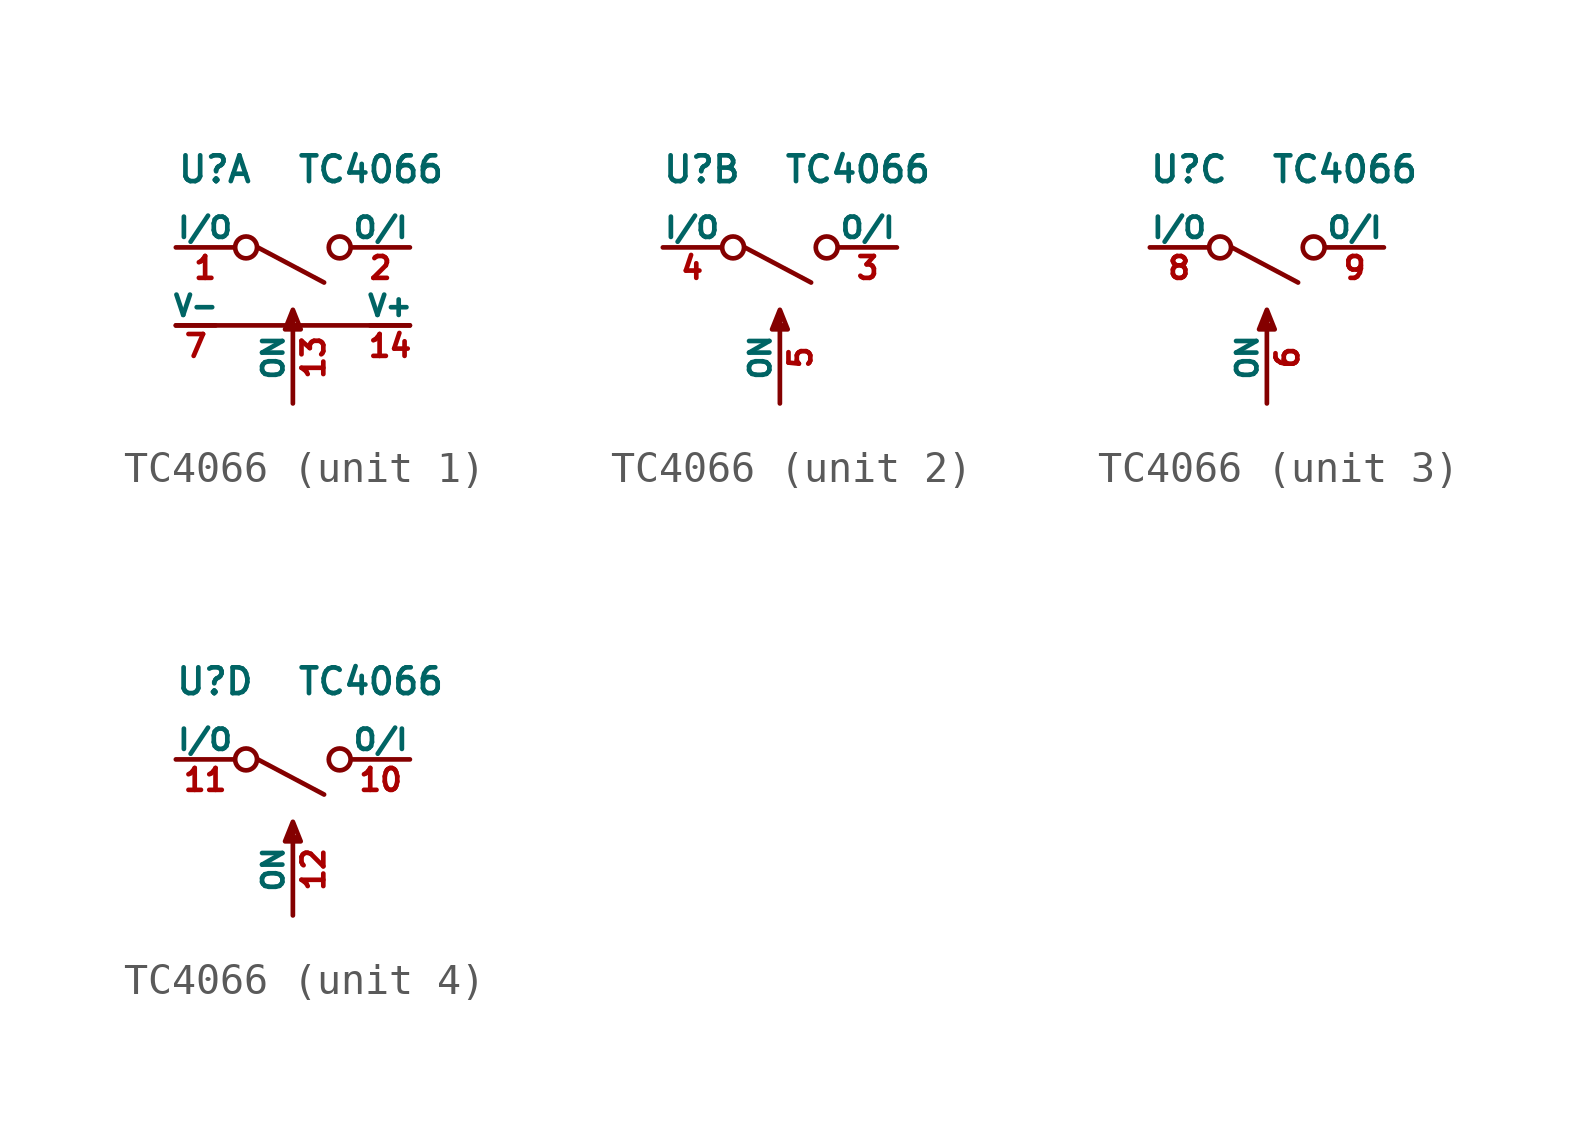
<source format=kicad_sym>
(kicad_symbol_lib
  (version 20220914)
  (generator kicad_symbol_editor)
  (symbol "TC4066"
    (pin_names
      (offset 0))
    (property "Reference" "U"
      (at -2.54 2.54 0)
      (effects (font (size 0.838 0.838))))
    (property "Value" "TC4066"
      (at 2.54 2.54 0)
      (effects (font (size 0.838 0.838))))
    (symbol "TC4066_0_1"
      (circle (center -1.524 0) (radius 0.356) (stroke (width 0) (type solid)) (fill (type none)))
      (polyline (pts (xy -1.143 0) (xy 1.016 -1.143)) (stroke (width 0) (type solid)) (fill (type none)))
      (polyline (pts (xy 0 -2.032) (xy -0.254 -2.667) (xy 0.254 -2.667) (xy 0 -2.032) (xy -0.127 -2.54) (xy 0.127 -2.54)) (stroke (width 0) (type solid)) (fill (type none)))
      (circle (center 1.524 0) (radius 0.356) (stroke (width 0) (type solid)) (fill (type none))))
    (symbol "TC4066_1_1"
      (polyline (pts (xy -3.81 -2.54) (xy 3.81 -2.54)) (stroke (width 0) (type solid)) (fill (type none)))
      (pin passive line (at -3.81 0 0) (length 1.905) (name "I/O" (effects (font (size 0.66 0.66)))) (number "1" (effects (font (size 0.711 0.711)))))
      (pin input line (at 0 -5.08 90) (length 2.997) (name "ON" (effects (font (size 0.66 0.66)))) (number "13" (effects (font (size 0.711 0.711)))))
      (pin power_in line (at 3.81 -2.54 180) (length 1.295) (name "V+" (effects (font (size 0.66 0.66)))) (number "14" (effects (font (size 0.711 0.711)))))
      (pin passive line (at 3.81 0 180) (length 1.905) (name "O/I" (effects (font (size 0.66 0.66)))) (number "2" (effects (font (size 0.711 0.711)))))
      (pin power_in line (at -3.81 -2.54 0) (length 1.295) (name "V-" (effects (font (size 0.66 0.66)))) (number "7" (effects (font (size 0.711 0.711))))))
    (symbol "TC4066_2_1"
      (pin passive line (at 3.81 0 180) (length 1.905) (name "O/I" (effects (font (size 0.66 0.66)))) (number "3" (effects (font (size 0.711 0.711)))))
      (pin passive line (at -3.81 0 0) (length 1.905) (name "I/O" (effects (font (size 0.66 0.66)))) (number "4" (effects (font (size 0.711 0.711)))))
      (pin input line (at 0 -5.08 90) (length 2.997) (name "ON" (effects (font (size 0.66 0.66)))) (number "5" (effects (font (size 0.711 0.711))))))
    (symbol "TC4066_3_1"
      (pin input line (at 0 -5.08 90) (length 2.997) (name "ON" (effects (font (size 0.66 0.66)))) (number "6" (effects (font (size 0.711 0.711)))))
      (pin passive line (at -3.81 0 0) (length 1.905) (name "I/O" (effects (font (size 0.66 0.66)))) (number "8" (effects (font (size 0.711 0.711)))))
      (pin passive line (at 3.81 0 180) (length 1.905) (name "O/I" (effects (font (size 0.66 0.66)))) (number "9" (effects (font (size 0.711 0.711))))))
    (symbol "TC4066_4_1"
      (pin passive line (at 3.81 0 180) (length 1.905) (name "O/I" (effects (font (size 0.66 0.66)))) (number "10" (effects (font (size 0.711 0.711)))))
      (pin passive line (at -3.81 0 0) (length 1.905) (name "I/O" (effects (font (size 0.66 0.66)))) (number "11" (effects (font (size 0.711 0.711)))))
      (pin input line (at 0 -5.08 90) (length 2.997) (name "ON" (effects (font (size 0.66 0.66)))) (number "12" (effects (font (size 0.711 0.711))))))))
</source>
